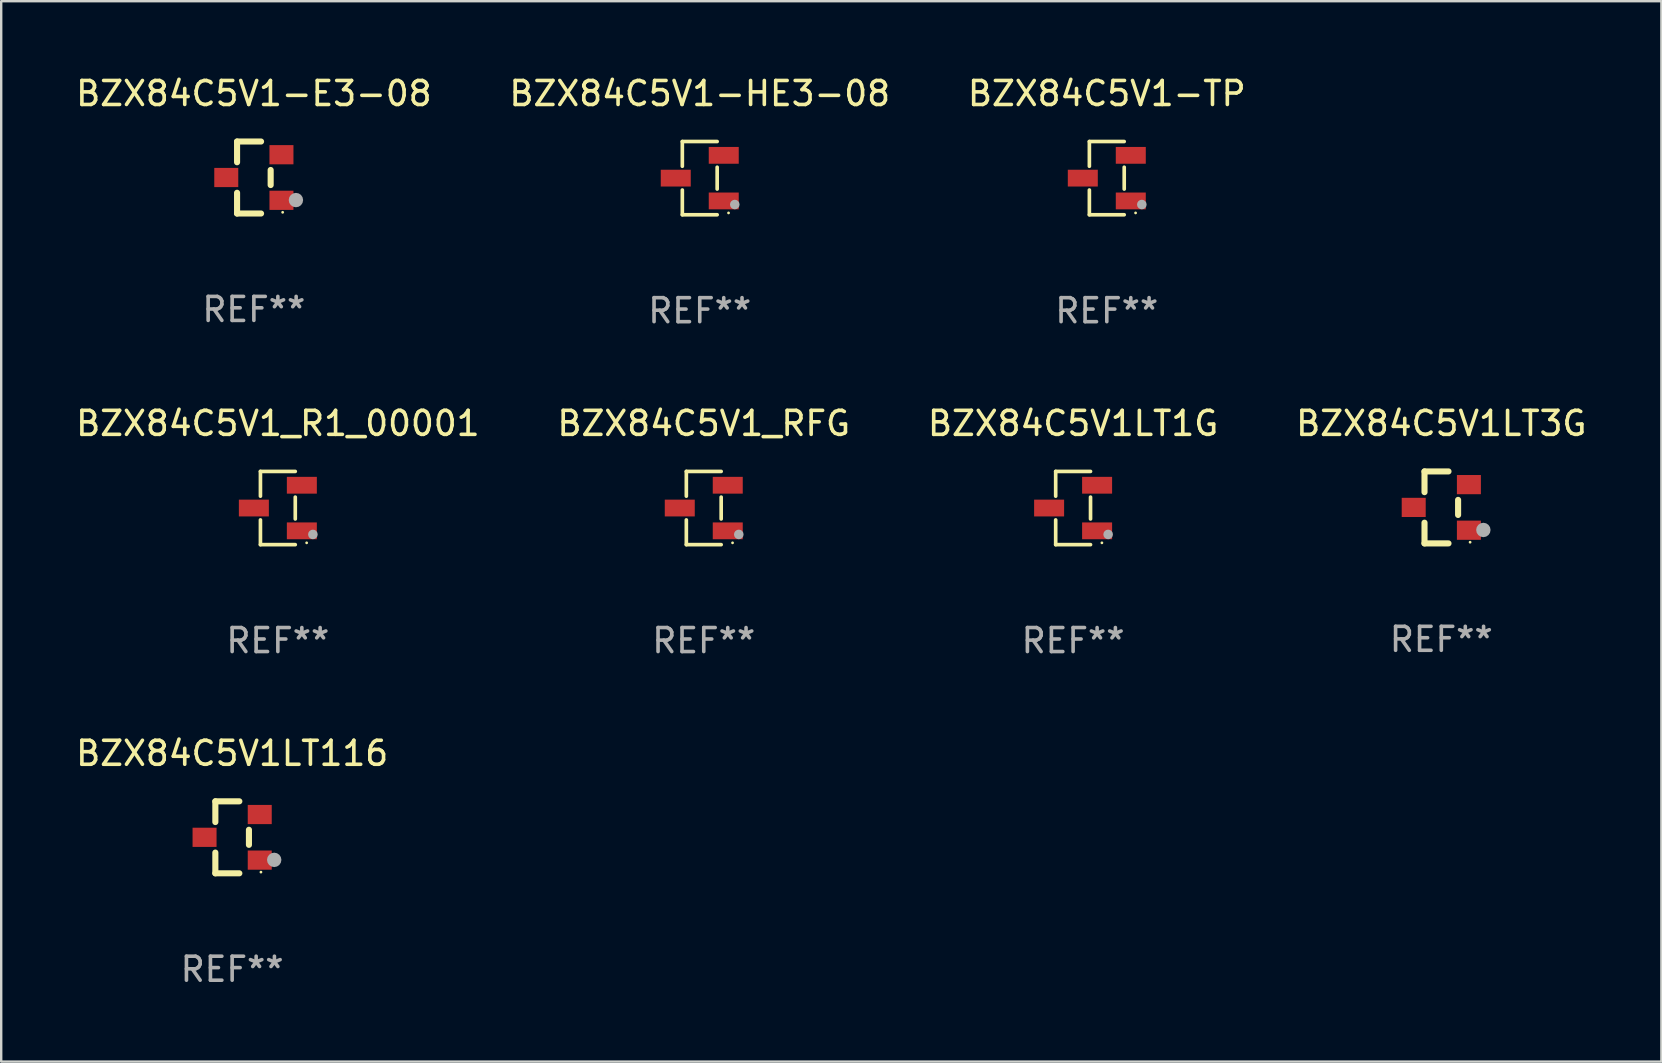
<source format=kicad_pcb>
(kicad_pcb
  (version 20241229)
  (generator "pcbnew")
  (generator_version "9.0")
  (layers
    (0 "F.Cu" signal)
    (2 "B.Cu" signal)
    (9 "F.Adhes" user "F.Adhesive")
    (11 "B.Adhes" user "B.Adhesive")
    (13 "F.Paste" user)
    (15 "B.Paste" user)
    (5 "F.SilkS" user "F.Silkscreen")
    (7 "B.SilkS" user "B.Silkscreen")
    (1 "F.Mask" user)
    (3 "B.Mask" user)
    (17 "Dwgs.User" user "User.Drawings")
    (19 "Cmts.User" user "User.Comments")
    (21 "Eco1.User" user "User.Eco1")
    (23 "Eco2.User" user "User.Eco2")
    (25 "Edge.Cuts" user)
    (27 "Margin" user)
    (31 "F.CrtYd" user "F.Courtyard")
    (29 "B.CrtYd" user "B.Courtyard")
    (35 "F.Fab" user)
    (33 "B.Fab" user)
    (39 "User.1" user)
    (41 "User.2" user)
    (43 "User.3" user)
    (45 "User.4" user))
  (footprint "BZX84C5V1LT1G"
    (layer "F.Cu")
    (at 41.673 18.123)
    (property "Reference" "BZX84C5V1LT1G" (at 0 -3.526 0) (layer "F.SilkS") (effects (font (size 1 1) (thickness 0.15))))
    (attr through_hole)
    (fp_line (start -0.726 -1.526) (end -0.726 -0.495) (stroke (width 0.152) (type solid)) (layer "F.SilkS"))
    (fp_line (start -0.726 1.526) (end -0.726 0.495) (stroke (width 0.152) (type solid)) (layer "F.SilkS"))
    (fp_line (start 0.726 -1.526) (end -0.726 -1.526) (stroke (width 0.152) (type solid)) (layer "F.SilkS"))
    (fp_line (start 0.726 -0.455) (end 0.726 0.455) (stroke (width 0.152) (type solid)) (layer "F.SilkS"))
    (fp_line (start 0.726 1.526) (end -0.726 1.526) (stroke (width 0.152) (type solid)) (layer "F.SilkS"))
    (fp_circle (center 1.2 1.45) (end 1.23 1.45) (stroke (width 0.06) (type solid)) (fill no) (layer "F.SilkS"))
    (fp_circle (center 1.46 1.1) (end 1.56 1.1) (stroke (width 0.2) (type solid)) (fill no) (layer "F.Fab"))
    (fp_text user "REF**" (at 0 5.526 0) (layer "F.Fab") (effects (font (size 1 1) (thickness 0.15))))
    (pad "1" smd rect (at 1 0.95) (size 1.25 0.7) (layers "F.Cu" "F.Mask" "F.Paste"))
    (pad "2" smd rect (at 1 -0.95) (size 1.25 0.7) (layers "F.Cu" "F.Mask" "F.Paste"))
    (pad "3" smd rect (at -1 0) (size 1.25 0.7) (layers "F.Cu" "F.Mask" "F.Paste")))
  (footprint "BZX84C5V1-TP"
    (layer "F.Cu")
    (at 43.077 4.374)
    (property "Reference" "BZX84C5V1-TP" (at 0 -3.526 0) (layer "F.SilkS") (effects (font (size 1 1) (thickness 0.15))))
    (attr through_hole)
    (fp_line (start -0.726 -1.526) (end -0.726 -0.495) (stroke (width 0.152) (type solid)) (layer "F.SilkS"))
    (fp_line (start -0.726 1.526) (end -0.726 0.495) (stroke (width 0.152) (type solid)) (layer "F.SilkS"))
    (fp_line (start 0.726 -1.526) (end -0.726 -1.526) (stroke (width 0.152) (type solid)) (layer "F.SilkS"))
    (fp_line (start 0.726 -0.455) (end 0.726 0.455) (stroke (width 0.152) (type solid)) (layer "F.SilkS"))
    (fp_line (start 0.726 1.526) (end -0.726 1.526) (stroke (width 0.152) (type solid)) (layer "F.SilkS"))
    (fp_circle (center 1.2 1.45) (end 1.23 1.45) (stroke (width 0.06) (type solid)) (fill no) (layer "F.SilkS"))
    (fp_circle (center 1.46 1.1) (end 1.56 1.1) (stroke (width 0.2) (type solid)) (fill no) (layer "F.Fab"))
    (fp_text user "REF**" (at 0 5.526 0) (layer "F.Fab") (effects (font (size 1 1) (thickness 0.15))))
    (pad "1" smd rect (at 1 0.95) (size 1.25 0.7) (layers "F.Cu" "F.Mask" "F.Paste"))
    (pad "2" smd rect (at 1 -0.95) (size 1.25 0.7) (layers "F.Cu" "F.Mask" "F.Paste"))
    (pad "3" smd rect (at -1 0) (size 1.25 0.7) (layers "F.Cu" "F.Mask" "F.Paste")))
  (footprint "BZX84C5V1_RFG"
    (layer "F.Cu")
    (at 26.28 18.123)
    (property "Reference" "BZX84C5V1_RFG" (at 0 -3.526 0) (layer "F.SilkS") (effects (font (size 1 1) (thickness 0.15))))
    (attr through_hole)
    (fp_line (start -0.726 -1.526) (end -0.726 -0.495) (stroke (width 0.152) (type solid)) (layer "F.SilkS"))
    (fp_line (start -0.726 1.526) (end -0.726 0.495) (stroke (width 0.152) (type solid)) (layer "F.SilkS"))
    (fp_line (start 0.726 -1.526) (end -0.726 -1.526) (stroke (width 0.152) (type solid)) (layer "F.SilkS"))
    (fp_line (start 0.726 -0.455) (end 0.726 0.455) (stroke (width 0.152) (type solid)) (layer "F.SilkS"))
    (fp_line (start 0.726 1.526) (end -0.726 1.526) (stroke (width 0.152) (type solid)) (layer "F.SilkS"))
    (fp_circle (center 1.2 1.45) (end 1.23 1.45) (stroke (width 0.06) (type solid)) (fill no) (layer "F.SilkS"))
    (fp_circle (center 1.46 1.1) (end 1.56 1.1) (stroke (width 0.2) (type solid)) (fill no) (layer "F.Fab"))
    (fp_text user "REF**" (at 0 5.526 0) (layer "F.Fab") (effects (font (size 1 1) (thickness 0.15))))
    (pad "1" smd rect (at 1 0.95) (size 1.25 0.7) (layers "F.Cu" "F.Mask" "F.Paste"))
    (pad "2" smd rect (at 1 -0.95) (size 1.25 0.7) (layers "F.Cu" "F.Mask" "F.Paste"))
    (pad "3" smd rect (at -1 0) (size 1.25 0.7) (layers "F.Cu" "F.Mask" "F.Paste")))
  (footprint "BZX84C5V1LT3G"
    (layer "F.Cu")
    (at 57.018 18.097)
    (property "Reference" "BZX84C5V1LT3G" (at 0 -3.5 0) (layer "F.SilkS") (effects (font (size 1 1) (thickness 0.15))))
    (attr through_hole)
    (fp_line (start -0.7 -1.5) (end 0.3 -1.5) (stroke (width 0.254) (type solid)) (layer "F.SilkS"))
    (fp_line (start -0.7 -0.636) (end -0.7 -1.5) (stroke (width 0.254) (type solid)) (layer "F.SilkS"))
    (fp_line (start -0.7 1.5) (end -0.7 0.636) (stroke (width 0.254) (type solid)) (layer "F.SilkS"))
    (fp_line (start -0.7 1.5) (end 0.3 1.5) (stroke (width 0.254) (type solid)) (layer "F.SilkS"))
    (fp_line (start 0.7 0.314) (end 0.7 -0.314) (stroke (width 0.254) (type solid)) (layer "F.SilkS"))
    (fp_circle (center 1.2 1.45) (end 1.23 1.45) (stroke (width 0.06) (type solid)) (fill no) (layer "F.SilkS"))
    (fp_circle (center 1.753 0.94) (end 1.903 0.94) (stroke (width 0.3) (type solid)) (fill no) (layer "F.Fab"))
    (fp_text user "REF**" (at 0 5.5 0) (layer "F.Fab") (effects (font (size 1 1) (thickness 0.15))))
    (pad "1" smd rect (at 1.15 0.95 180) (size 1 0.8) (layers "F.Cu" "F.Mask" "F.Paste"))
    (pad "2" smd rect (at 1.15 -0.95 180) (size 1 0.8) (layers "F.Cu" "F.Mask" "F.Paste"))
    (pad "3" smd rect (at -1.15 -0.000051 180) (size 1 0.8) (layers "F.Cu" "F.Mask" "F.Paste")))
  (footprint "BZX84C5V1-HE3-08"
    (layer "F.Cu")
    (at 26.113 4.374)
    (property "Reference" "BZX84C5V1-HE3-08" (at 0 -3.526 0) (layer "F.SilkS") (effects (font (size 1 1) (thickness 0.15))))
    (attr through_hole)
    (fp_line (start -0.726 -1.526) (end -0.726 -0.495) (stroke (width 0.152) (type solid)) (layer "F.SilkS"))
    (fp_line (start -0.726 1.526) (end -0.726 0.495) (stroke (width 0.152) (type solid)) (layer "F.SilkS"))
    (fp_line (start 0.726 -1.526) (end -0.726 -1.526) (stroke (width 0.152) (type solid)) (layer "F.SilkS"))
    (fp_line (start 0.726 -0.455) (end 0.726 0.455) (stroke (width 0.152) (type solid)) (layer "F.SilkS"))
    (fp_line (start 0.726 1.526) (end -0.726 1.526) (stroke (width 0.152) (type solid)) (layer "F.SilkS"))
    (fp_circle (center 1.2 1.45) (end 1.23 1.45) (stroke (width 0.06) (type solid)) (fill no) (layer "F.SilkS"))
    (fp_circle (center 1.46 1.1) (end 1.56 1.1) (stroke (width 0.2) (type solid)) (fill no) (layer "F.Fab"))
    (fp_text user "REF**" (at 0 5.526 0) (layer "F.Fab") (effects (font (size 1 1) (thickness 0.15))))
    (pad "1" smd rect (at 1 0.95) (size 1.25 0.7) (layers "F.Cu" "F.Mask" "F.Paste"))
    (pad "2" smd rect (at 1 -0.95) (size 1.25 0.7) (layers "F.Cu" "F.Mask" "F.Paste"))
    (pad "3" smd rect (at -1 0) (size 1.25 0.7) (layers "F.Cu" "F.Mask" "F.Paste")))
  (footprint "BZX84C5V1LT116"
    (layer "F.Cu")
    (at 6.625 31.846)
    (property "Reference" "BZX84C5V1LT116" (at 0 -3.5 0) (layer "F.SilkS") (effects (font (size 1 1) (thickness 0.15))))
    (attr through_hole)
    (fp_line (start -0.7 -1.5) (end 0.3 -1.5) (stroke (width 0.254) (type solid)) (layer "F.SilkS"))
    (fp_line (start -0.7 -0.636) (end -0.7 -1.5) (stroke (width 0.254) (type solid)) (layer "F.SilkS"))
    (fp_line (start -0.7 1.5) (end -0.7 0.636) (stroke (width 0.254) (type solid)) (layer "F.SilkS"))
    (fp_line (start -0.7 1.5) (end 0.3 1.5) (stroke (width 0.254) (type solid)) (layer "F.SilkS"))
    (fp_line (start 0.7 0.314) (end 0.7 -0.314) (stroke (width 0.254) (type solid)) (layer "F.SilkS"))
    (fp_circle (center 1.2 1.45) (end 1.23 1.45) (stroke (width 0.06) (type solid)) (fill no) (layer "F.SilkS"))
    (fp_circle (center 1.753 0.94) (end 1.903 0.94) (stroke (width 0.3) (type solid)) (fill no) (layer "F.Fab"))
    (fp_text user "REF**" (at 0 5.5 0) (layer "F.Fab") (effects (font (size 1 1) (thickness 0.15))))
    (pad "1" smd rect (at 1.15 0.95 180) (size 1 0.8) (layers "F.Cu" "F.Mask" "F.Paste"))
    (pad "2" smd rect (at 1.15 -0.95 180) (size 1 0.8) (layers "F.Cu" "F.Mask" "F.Paste"))
    (pad "3" smd rect (at -1.15 -0.000051 180) (size 1 0.8) (layers "F.Cu" "F.Mask" "F.Paste")))
  (footprint "BZX84C5V1_R1_00001"
    (layer "F.Cu")
    (at 8.53 18.123)
    (property "Reference" "BZX84C5V1_R1_00001" (at 0 -3.526 0) (layer "F.SilkS") (effects (font (size 1 1) (thickness 0.15))))
    (attr through_hole)
    (fp_line (start -0.726 -1.526) (end -0.726 -0.495) (stroke (width 0.152) (type solid)) (layer "F.SilkS"))
    (fp_line (start -0.726 1.526) (end -0.726 0.495) (stroke (width 0.152) (type solid)) (layer "F.SilkS"))
    (fp_line (start 0.726 -1.526) (end -0.726 -1.526) (stroke (width 0.152) (type solid)) (layer "F.SilkS"))
    (fp_line (start 0.726 -0.455) (end 0.726 0.455) (stroke (width 0.152) (type solid)) (layer "F.SilkS"))
    (fp_line (start 0.726 1.526) (end -0.726 1.526) (stroke (width 0.152) (type solid)) (layer "F.SilkS"))
    (fp_circle (center 1.2 1.45) (end 1.23 1.45) (stroke (width 0.06) (type solid)) (fill no) (layer "F.SilkS"))
    (fp_circle (center 1.46 1.1) (end 1.56 1.1) (stroke (width 0.2) (type solid)) (fill no) (layer "F.Fab"))
    (fp_text user "REF**" (at 0 5.526 0) (layer "F.Fab") (effects (font (size 1 1) (thickness 0.15))))
    (pad "1" smd rect (at 1 0.95) (size 1.25 0.7) (layers "F.Cu" "F.Mask" "F.Paste"))
    (pad "2" smd rect (at 1 -0.95) (size 1.25 0.7) (layers "F.Cu" "F.Mask" "F.Paste"))
    (pad "3" smd rect (at -1 0) (size 1.25 0.7) (layers "F.Cu" "F.Mask" "F.Paste")))
  (footprint "BZX84C5V1-E3-08"
    (layer "F.Cu")
    (at 7.53 4.348)
    (property "Reference" "BZX84C5V1-E3-08" (at 0 -3.5 0) (layer "F.SilkS") (effects (font (size 1 1) (thickness 0.15))))
    (attr through_hole)
    (fp_line (start -0.7 -1.5) (end 0.3 -1.5) (stroke (width 0.254) (type solid)) (layer "F.SilkS"))
    (fp_line (start -0.7 -0.636) (end -0.7 -1.5) (stroke (width 0.254) (type solid)) (layer "F.SilkS"))
    (fp_line (start -0.7 1.5) (end -0.7 0.636) (stroke (width 0.254) (type solid)) (layer "F.SilkS"))
    (fp_line (start -0.7 1.5) (end 0.3 1.5) (stroke (width 0.254) (type solid)) (layer "F.SilkS"))
    (fp_line (start 0.7 0.314) (end 0.7 -0.314) (stroke (width 0.254) (type solid)) (layer "F.SilkS"))
    (fp_circle (center 1.2 1.45) (end 1.23 1.45) (stroke (width 0.06) (type solid)) (fill no) (layer "F.SilkS"))
    (fp_circle (center 1.753 0.94) (end 1.903 0.94) (stroke (width 0.3) (type solid)) (fill no) (layer "F.Fab"))
    (fp_text user "REF**" (at 0 5.5 0) (layer "F.Fab") (effects (font (size 1 1) (thickness 0.15))))
    (pad "1" smd rect (at 1.15 0.95 180) (size 1 0.8) (layers "F.Cu" "F.Mask" "F.Paste"))
    (pad "2" smd rect (at 1.15 -0.95 180) (size 1 0.8) (layers "F.Cu" "F.Mask" "F.Paste"))
    (pad "3" smd rect (at -1.15 -0.000051 180) (size 1 0.8) (layers "F.Cu" "F.Mask" "F.Paste")))
  (gr_rect
    (start -3 -3)
    (end 66.19 41.194)
    (stroke (width 0.1) (type default))
    (fill no)
    (layer "Edge.Cuts")))
</source>
